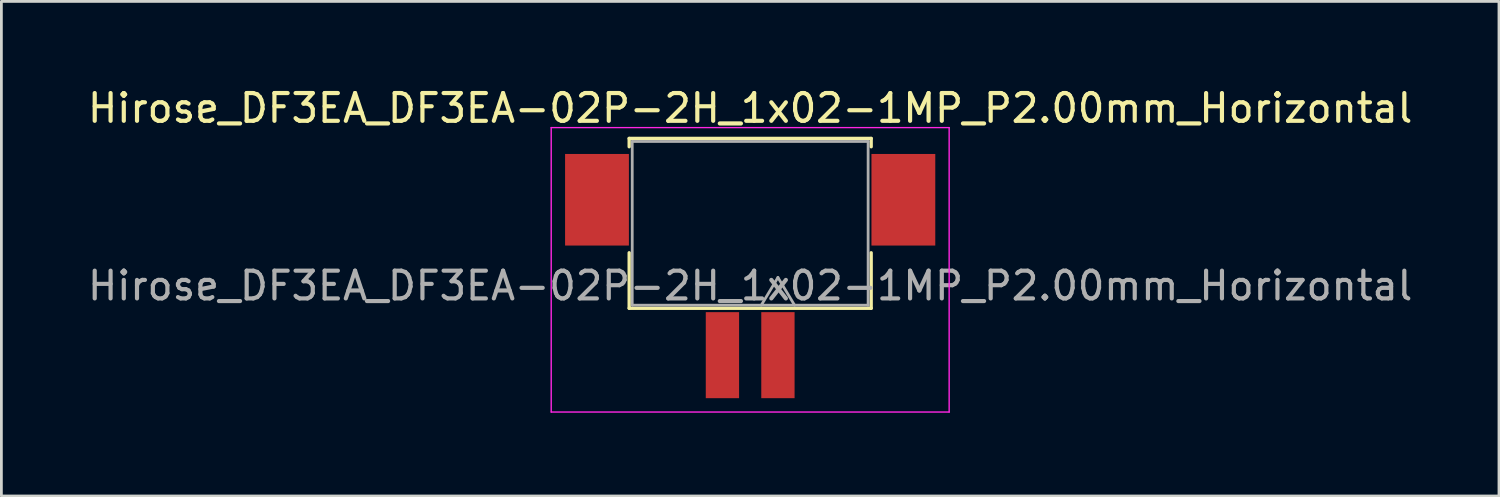
<source format=kicad_pcb>
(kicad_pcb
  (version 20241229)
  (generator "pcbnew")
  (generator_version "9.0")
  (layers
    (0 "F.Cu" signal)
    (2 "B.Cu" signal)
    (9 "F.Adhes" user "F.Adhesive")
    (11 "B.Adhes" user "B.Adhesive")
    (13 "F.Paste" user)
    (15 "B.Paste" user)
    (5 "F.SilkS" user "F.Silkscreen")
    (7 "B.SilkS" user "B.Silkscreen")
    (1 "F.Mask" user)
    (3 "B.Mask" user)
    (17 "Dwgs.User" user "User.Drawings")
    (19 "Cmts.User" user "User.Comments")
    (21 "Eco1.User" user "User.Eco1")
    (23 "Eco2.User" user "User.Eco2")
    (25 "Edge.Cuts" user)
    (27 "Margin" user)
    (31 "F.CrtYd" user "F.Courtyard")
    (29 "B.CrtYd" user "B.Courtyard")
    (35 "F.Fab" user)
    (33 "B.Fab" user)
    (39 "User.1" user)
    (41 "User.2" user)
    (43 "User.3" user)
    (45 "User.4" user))
  (footprint "Hirose_DF3EA_DF3EA-02P-2H_1x02-1MP_P2.00mm_Horizontal"
    (layer "F.Cu")
    (at 23.982 8.198)
    (property "Reference" "Hirose_DF3EA_DF3EA-02P-2H_1x02-1MP_P2.00mm_Horizontal" (at 0 -7.35 0) (layer "F.SilkS") (effects (font (size 1 1) (thickness 0.15))))
    (attr smd)
    (fp_line (start -4.36 -6.26) (end 4.36 -6.26) (stroke (width 0.12) (type solid)) (layer "F.SilkS"))
    (fp_line (start -4.36 -5.96) (end -4.36 -6.26) (stroke (width 0.12) (type solid)) (layer "F.SilkS"))
    (fp_line (start -4.36 -2.14) (end -4.36 -0.14) (stroke (width 0.12) (type solid)) (layer "F.SilkS"))
    (fp_line (start -4.36 -0.14) (end 4.36 -0.14) (stroke (width 0.12) (type solid)) (layer "F.SilkS"))
    (fp_line (start 4.36 -6.26) (end 4.36 -5.96) (stroke (width 0.12) (type solid)) (layer "F.SilkS"))
    (fp_line (start 4.36 -0.14) (end 4.36 -2.14) (stroke (width 0.12) (type solid)) (layer "F.SilkS"))
    (fp_line (start -7.17 -6.65) (end 7.17 -6.65) (stroke (width 0.05) (type solid)) (layer "F.CrtYd"))
    (fp_line (start -7.17 3.6) (end -7.17 -6.65) (stroke (width 0.05) (type solid)) (layer "F.CrtYd"))
    (fp_line (start 7.17 -6.65) (end 7.17 3.6) (stroke (width 0.05) (type solid)) (layer "F.CrtYd"))
    (fp_line (start 7.17 3.6) (end -7.17 3.6) (stroke (width 0.05) (type solid)) (layer "F.CrtYd"))
    (fp_line (start -4.25 -6.15) (end 4.25 -6.15) (stroke (width 0.1) (type solid)) (layer "F.Fab"))
    (fp_line (start -4.25 -0.25) (end -4.25 -6.15) (stroke (width 0.1) (type solid)) (layer "F.Fab"))
    (fp_line (start 0.4 -0.25) (end 1 -1.25) (stroke (width 0.1) (type solid)) (layer "F.Fab"))
    (fp_line (start 1 -1.25) (end 1.6 -0.25) (stroke (width 0.1) (type solid)) (layer "F.Fab"))
    (fp_line (start 4.25 -6.15) (end 4.25 -0.25) (stroke (width 0.1) (type solid)) (layer "F.Fab"))
    (fp_line (start 4.25 -0.25) (end -4.25 -0.25) (stroke (width 0.1) (type solid)) (layer "F.Fab"))
    (fp_text user "${REFERENCE}" (at 0 -0.95 0) (layer "F.Fab") (effects (font (size 1 1) (thickness 0.15))))
    (pad "" smd rect (at -5.52 -4.05) (size 2.3 3.3) (layers "F.Cu" "F.Mask" "F.Paste"))
    (pad "" smd rect (at 5.52 -4.05) (size 2.3 3.3) (layers "F.Cu" "F.Mask" "F.Paste"))
    (pad "1" smd rect (at 1 1.55) (size 1.2 3.1) (layers "F.Cu" "F.Mask" "F.Paste"))
    (pad "2" smd rect (at -1 1.55) (size 1.2 3.1) (layers "F.Cu" "F.Mask" "F.Paste")))
  (gr_rect
    (start -3 -3)
    (end 50.964 14.823)
    (stroke (width 0.1) (type default))
    (fill no)
    (layer "Edge.Cuts")))
</source>
